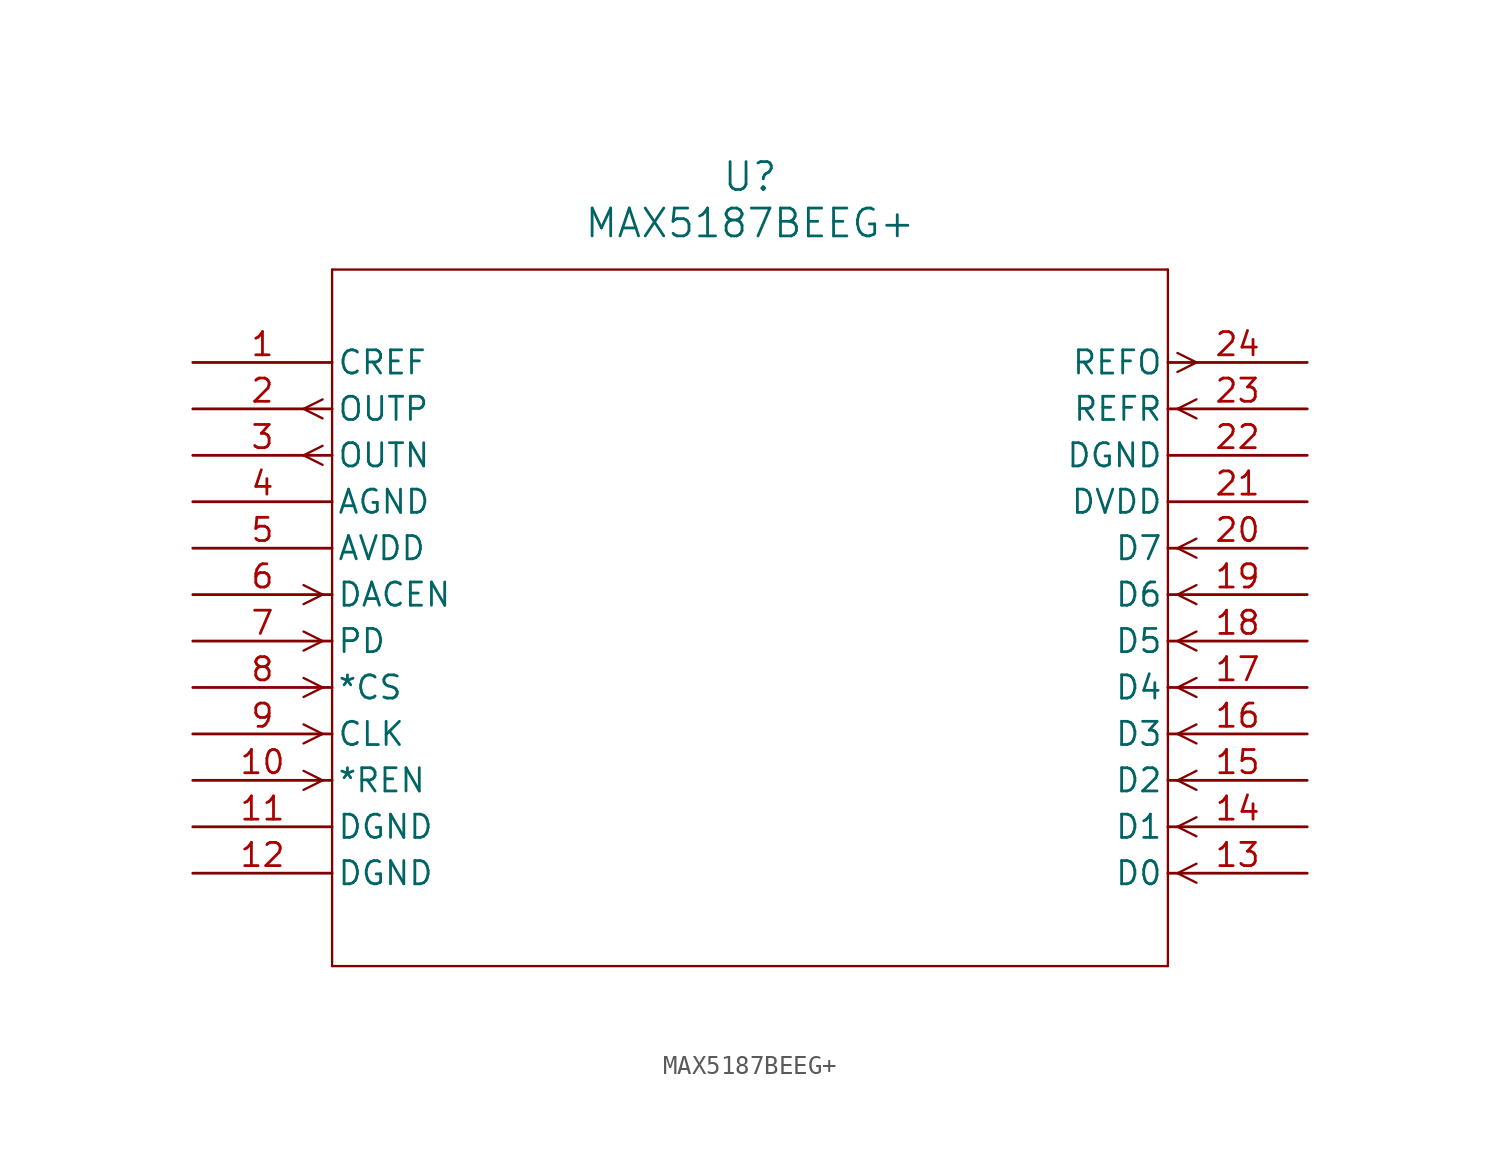
<source format=kicad_sym>
(kicad_symbol_lib
  (version 20211014)
  (generator kicad_symbol_editor)
  (symbol "MAX5187BEEG+"
    (pin_names
      (offset 0.254))
    (property "Reference" "U"
      (at 30.48 10.16 0)
      (effects (font (size 1.524 1.524))))
    (property "Value" "MAX5187BEEG+"
      (at 30.48 7.62 0)
      (effects (font (size 1.524 1.524))))
    (symbol "MAX5187BEEG+_0_1"
      (polyline (pts (xy 7.099 -2.019) (xy 6.058 -2.54)) (stroke (width 0.127) (type default) (color 0 0 0 0)) (fill (type none)))
      (polyline (pts (xy 7.099 -3.061) (xy 6.058 -2.54)) (stroke (width 0.127) (type default) (color 0 0 0 0)) (fill (type none)))
      (polyline (pts (xy 7.099 -4.559) (xy 6.058 -5.08)) (stroke (width 0.127) (type default) (color 0 0 0 0)) (fill (type none)))
      (polyline (pts (xy 7.099 -5.601) (xy 6.058 -5.08)) (stroke (width 0.127) (type default) (color 0 0 0 0)) (fill (type none)))
      (polyline (pts (xy 7.099 -12.7) (xy 6.058 -12.179)) (stroke (width 0.127) (type default) (color 0 0 0 0)) (fill (type none)))
      (polyline (pts (xy 7.099 -12.7) (xy 6.058 -13.221)) (stroke (width 0.127) (type default) (color 0 0 0 0)) (fill (type none)))
      (polyline (pts (xy 7.099 -15.24) (xy 6.058 -14.719)) (stroke (width 0.127) (type default) (color 0 0 0 0)) (fill (type none)))
      (polyline (pts (xy 7.099 -15.24) (xy 6.058 -15.761)) (stroke (width 0.127) (type default) (color 0 0 0 0)) (fill (type none)))
      (polyline (pts (xy 7.099 -17.78) (xy 6.058 -17.259)) (stroke (width 0.127) (type default) (color 0 0 0 0)) (fill (type none)))
      (polyline (pts (xy 7.099 -17.78) (xy 6.058 -18.301)) (stroke (width 0.127) (type default) (color 0 0 0 0)) (fill (type none)))
      (polyline (pts (xy 7.099 -20.32) (xy 6.058 -19.799)) (stroke (width 0.127) (type default) (color 0 0 0 0)) (fill (type none)))
      (polyline (pts (xy 7.099 -20.32) (xy 6.058 -20.841)) (stroke (width 0.127) (type default) (color 0 0 0 0)) (fill (type none)))
      (polyline (pts (xy 7.099 -22.86) (xy 6.058 -22.339)) (stroke (width 0.127) (type default) (color 0 0 0 0)) (fill (type none)))
      (polyline (pts (xy 7.099 -22.86) (xy 6.058 -23.381)) (stroke (width 0.127) (type default) (color 0 0 0 0)) (fill (type none)))
      (polyline (pts (xy 53.861 -27.94) (xy 54.902 -27.419)) (stroke (width 0.127) (type default) (color 0 0 0 0)) (fill (type none)))
      (polyline (pts (xy 53.861 -27.94) (xy 54.902 -28.461)) (stroke (width 0.127) (type default) (color 0 0 0 0)) (fill (type none)))
      (polyline (pts (xy 53.861 -25.4) (xy 54.902 -24.879)) (stroke (width 0.127) (type default) (color 0 0 0 0)) (fill (type none)))
      (polyline (pts (xy 53.861 -25.4) (xy 54.902 -25.921)) (stroke (width 0.127) (type default) (color 0 0 0 0)) (fill (type none)))
      (polyline (pts (xy 53.861 -22.86) (xy 54.902 -22.339)) (stroke (width 0.127) (type default) (color 0 0 0 0)) (fill (type none)))
      (polyline (pts (xy 53.861 -22.86) (xy 54.902 -23.381)) (stroke (width 0.127) (type default) (color 0 0 0 0)) (fill (type none)))
      (polyline (pts (xy 53.861 -20.32) (xy 54.902 -19.799)) (stroke (width 0.127) (type default) (color 0 0 0 0)) (fill (type none)))
      (polyline (pts (xy 53.861 -20.32) (xy 54.902 -20.841)) (stroke (width 0.127) (type default) (color 0 0 0 0)) (fill (type none)))
      (polyline (pts (xy 53.861 -17.78) (xy 54.902 -17.259)) (stroke (width 0.127) (type default) (color 0 0 0 0)) (fill (type none)))
      (polyline (pts (xy 53.861 -17.78) (xy 54.902 -18.301)) (stroke (width 0.127) (type default) (color 0 0 0 0)) (fill (type none)))
      (polyline (pts (xy 53.861 -15.24) (xy 54.902 -14.719)) (stroke (width 0.127) (type default) (color 0 0 0 0)) (fill (type none)))
      (polyline (pts (xy 53.861 -15.24) (xy 54.902 -15.761)) (stroke (width 0.127) (type default) (color 0 0 0 0)) (fill (type none)))
      (polyline (pts (xy 53.861 -12.7) (xy 54.902 -12.179)) (stroke (width 0.127) (type default) (color 0 0 0 0)) (fill (type none)))
      (polyline (pts (xy 53.861 -12.7) (xy 54.902 -13.221)) (stroke (width 0.127) (type default) (color 0 0 0 0)) (fill (type none)))
      (polyline (pts (xy 53.861 -10.16) (xy 54.902 -9.639)) (stroke (width 0.127) (type default) (color 0 0 0 0)) (fill (type none)))
      (polyline (pts (xy 53.861 -10.16) (xy 54.902 -10.681)) (stroke (width 0.127) (type default) (color 0 0 0 0)) (fill (type none)))
      (polyline (pts (xy 53.861 -2.54) (xy 54.902 -2.019)) (stroke (width 0.127) (type default) (color 0 0 0 0)) (fill (type none)))
      (polyline (pts (xy 53.861 -2.54) (xy 54.902 -3.061)) (stroke (width 0.127) (type default) (color 0 0 0 0)) (fill (type none)))
      (polyline (pts (xy 53.861 0.521) (xy 54.902 0)) (stroke (width 0.127) (type default) (color 0 0 0 0)) (fill (type none)))
      (polyline (pts (xy 53.861 -0.521) (xy 54.902 0)) (stroke (width 0.127) (type default) (color 0 0 0 0)) (fill (type none)))
      (polyline (pts (xy 7.62 5.08) (xy 7.62 -33.02)) (stroke (width 0.127) (type default) (color 0 0 0 0)) (fill (type none)))
      (polyline (pts (xy 7.62 -33.02) (xy 53.34 -33.02)) (stroke (width 0.127) (type default) (color 0 0 0 0)) (fill (type none)))
      (polyline (pts (xy 53.34 -33.02) (xy 53.34 5.08)) (stroke (width 0.127) (type default) (color 0 0 0 0)) (fill (type none)))
      (polyline (pts (xy 53.34 5.08) (xy 7.62 5.08)) (stroke (width 0.127) (type default) (color 0 0 0 0)) (fill (type none)))
      (pin unspecified line (at 0 0 0) (length 7.62) (name "CREF" (effects (font (size 1.27 1.27)))) (number "1" (effects (font (size 1.27 1.27)))))
      (pin output line (at 0 -2.54 0) (length 7.62) (name "OUTP" (effects (font (size 1.27 1.27)))) (number "2" (effects (font (size 1.27 1.27)))))
      (pin output line (at 0 -5.08 0) (length 7.62) (name "OUTN" (effects (font (size 1.27 1.27)))) (number "3" (effects (font (size 1.27 1.27)))))
      (pin power_in line (at 0 -7.62 0) (length 7.62) (name "AGND" (effects (font (size 1.27 1.27)))) (number "4" (effects (font (size 1.27 1.27)))))
      (pin power_in line (at 0 -10.16 0) (length 7.62) (name "AVDD" (effects (font (size 1.27 1.27)))) (number "5" (effects (font (size 1.27 1.27)))))
      (pin input line (at 0 -12.7 0) (length 7.62) (name "DACEN" (effects (font (size 1.27 1.27)))) (number "6" (effects (font (size 1.27 1.27)))))
      (pin input line (at 0 -15.24 0) (length 7.62) (name "PD" (effects (font (size 1.27 1.27)))) (number "7" (effects (font (size 1.27 1.27)))))
      (pin input line (at 0 -17.78 0) (length 7.62) (name "*CS" (effects (font (size 1.27 1.27)))) (number "8" (effects (font (size 1.27 1.27)))))
      (pin input line (at 0 -20.32 0) (length 7.62) (name "CLK" (effects (font (size 1.27 1.27)))) (number "9" (effects (font (size 1.27 1.27)))))
      (pin input line (at 0 -22.86 0) (length 7.62) (name "*REN" (effects (font (size 1.27 1.27)))) (number "10" (effects (font (size 1.27 1.27)))))
      (pin power_in line (at 0 -25.4 0) (length 7.62) (name "DGND" (effects (font (size 1.27 1.27)))) (number "11" (effects (font (size 1.27 1.27)))))
      (pin power_in line (at 0 -27.94 0) (length 7.62) (name "DGND" (effects (font (size 1.27 1.27)))) (number "12" (effects (font (size 1.27 1.27)))))
      (pin input line (at 60.96 -27.94 180) (length 7.62) (name "D0" (effects (font (size 1.27 1.27)))) (number "13" (effects (font (size 1.27 1.27)))))
      (pin input line (at 60.96 -25.4 180) (length 7.62) (name "D1" (effects (font (size 1.27 1.27)))) (number "14" (effects (font (size 1.27 1.27)))))
      (pin input line (at 60.96 -22.86 180) (length 7.62) (name "D2" (effects (font (size 1.27 1.27)))) (number "15" (effects (font (size 1.27 1.27)))))
      (pin input line (at 60.96 -20.32 180) (length 7.62) (name "D3" (effects (font (size 1.27 1.27)))) (number "16" (effects (font (size 1.27 1.27)))))
      (pin input line (at 60.96 -17.78 180) (length 7.62) (name "D4" (effects (font (size 1.27 1.27)))) (number "17" (effects (font (size 1.27 1.27)))))
      (pin input line (at 60.96 -15.24 180) (length 7.62) (name "D5" (effects (font (size 1.27 1.27)))) (number "18" (effects (font (size 1.27 1.27)))))
      (pin input line (at 60.96 -12.7 180) (length 7.62) (name "D6" (effects (font (size 1.27 1.27)))) (number "19" (effects (font (size 1.27 1.27)))))
      (pin input line (at 60.96 -10.16 180) (length 7.62) (name "D7" (effects (font (size 1.27 1.27)))) (number "20" (effects (font (size 1.27 1.27)))))
      (pin power_in line (at 60.96 -7.62 180) (length 7.62) (name "DVDD" (effects (font (size 1.27 1.27)))) (number "21" (effects (font (size 1.27 1.27)))))
      (pin power_in line (at 60.96 -5.08 180) (length 7.62) (name "DGND" (effects (font (size 1.27 1.27)))) (number "22" (effects (font (size 1.27 1.27)))))
      (pin input line (at 60.96 -2.54 180) (length 7.62) (name "REFR" (effects (font (size 1.27 1.27)))) (number "23" (effects (font (size 1.27 1.27)))))
      (pin output line (at 60.96 0 180) (length 7.62) (name "REFO" (effects (font (size 1.27 1.27)))) (number "24" (effects (font (size 1.27 1.27))))))))
</source>
